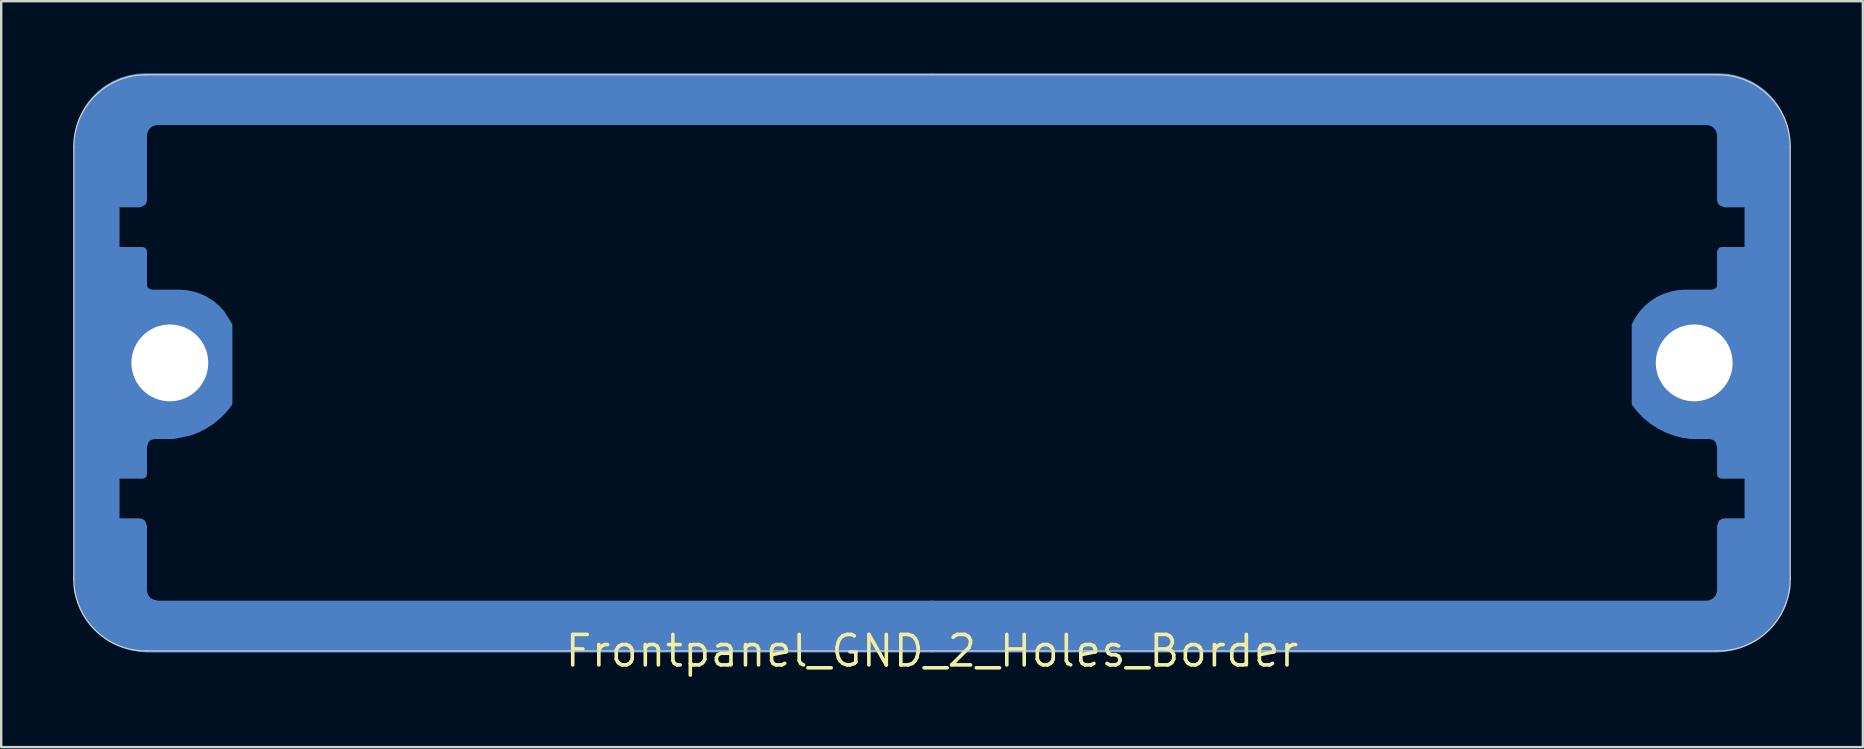
<source format=kicad_pcb>
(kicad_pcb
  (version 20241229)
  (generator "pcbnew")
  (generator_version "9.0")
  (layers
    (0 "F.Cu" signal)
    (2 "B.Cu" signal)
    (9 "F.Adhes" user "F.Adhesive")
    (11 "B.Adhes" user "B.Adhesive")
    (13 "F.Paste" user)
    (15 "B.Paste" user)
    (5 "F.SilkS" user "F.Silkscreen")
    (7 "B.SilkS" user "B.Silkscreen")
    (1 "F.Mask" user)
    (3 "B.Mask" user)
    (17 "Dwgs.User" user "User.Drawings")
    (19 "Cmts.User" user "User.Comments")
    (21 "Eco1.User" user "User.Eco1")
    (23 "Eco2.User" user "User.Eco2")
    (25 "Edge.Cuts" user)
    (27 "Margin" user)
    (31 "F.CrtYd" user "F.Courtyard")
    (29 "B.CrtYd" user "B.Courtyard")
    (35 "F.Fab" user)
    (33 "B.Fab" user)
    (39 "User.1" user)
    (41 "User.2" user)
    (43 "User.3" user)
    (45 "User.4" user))
  (footprint "Frontpanel_GND_2_Holes_Border"
    (layer "F.Cu")
    (at 35.775 24.067)
    (property "Reference" "Frontpanel_GND_2_Holes_Border" (at 0 0 0) (layer "F.SilkS") (effects (font (size 1.27 1.27) (thickness 0.15))))
    (fp_poly (pts (xy 0.064 -21.907) (xy -32.254 -21.907) (xy -32.373 -21.892) (xy -32.48 -21.847) (xy -32.572 -21.777) (xy -32.642 -21.685) (xy -32.687 -21.578) (xy -32.703 -21.459) (xy -32.703 -18.79) (xy -32.726 -18.674) (xy -32.798 -18.565) (xy -33.007 -18.479) (xy -33.846 -18.479) (xy -33.846 -16.828) (xy -32.885 -16.828) (xy -32.797 -16.804) (xy -32.726 -16.733) (xy -32.703 -16.645) (xy -32.703 -15.246) (xy -32.687 -15.168) (xy -32.65 -15.112) (xy -32.499 -15.05) (xy -31.367 -15.05) (xy -31.06 -15.03) (xy -30.755 -14.971) (xy -30.461 -14.874) (xy -30.181 -14.74) (xy -29.921 -14.571) (xy -29.685 -14.371) (xy -29.474 -14.141) (xy -29.146 -13.607) (xy -29.146 -10.265) (xy -29.384 -9.962) (xy -29.64 -9.699) (xy -29.923 -9.467) (xy -30.23 -9.266) (xy -30.556 -9.1) (xy -30.901 -8.97) (xy -31.617 -8.826) (xy -32.38 -8.826) (xy -32.483 -8.81) (xy -32.571 -8.765) (xy -32.638 -8.699) (xy -32.703 -8.499) (xy -32.703 -7.358) (xy -32.726 -7.27) (xy -32.797 -7.199) (xy -32.885 -7.176) (xy -33.846 -7.176) (xy -33.846 -5.524) (xy -33.014 -5.524) (xy -32.898 -5.501) (xy -32.789 -5.429) (xy -32.703 -5.22) (xy -32.703 -2.544) (xy -32.687 -2.425) (xy -32.642 -2.318) (xy -32.572 -2.226) (xy -32.483 -2.158) (xy -32.25 -2.095) (xy 0.064 -2.095) (xy 0.064 0.064) (xy -32.703 0.064) (xy -32.703 0.06) (xy -33.004 0.042) (xy -33.365 -0.021) (xy -33.716 -0.125) (xy -34.052 -0.27) (xy -34.369 -0.452) (xy -34.664 -0.669) (xy -34.931 -0.92) (xy -35.167 -1.199) (xy -35.37 -1.504) (xy -35.536 -1.831) (xy -35.751 -2.53) (xy -35.751 -21.084) (xy -35.729 -21.442) (xy -35.664 -21.796) (xy -35.557 -22.14) (xy -35.409 -22.469) (xy -35.222 -22.777) (xy -35 -23.061) (xy -34.745 -23.316) (xy -34.461 -23.538) (xy -34.153 -23.725) (xy -33.824 -23.873) (xy -33.48 -23.98) (xy -33.126 -24.045) (xy -32.768 -24.067) (xy 0.064 -24.067)) (stroke (width 0) (type default)) (fill yes) (layer "B.Cu"))
    (fp_poly (pts (xy 33.126 -24.045) (xy 33.48 -23.98) (xy 33.824 -23.873) (xy 34.153 -23.725) (xy 34.461 -23.538) (xy 34.745 -23.316) (xy 35 -23.061) (xy 35.222 -22.777) (xy 35.409 -22.469) (xy 35.557 -22.14) (xy 35.664 -21.796) (xy 35.729 -21.442) (xy 35.751 -21.084) (xy 35.751 -2.53) (xy 35.536 -1.831) (xy 35.37 -1.504) (xy 35.167 -1.199) (xy 34.931 -0.92) (xy 34.664 -0.669) (xy 34.369 -0.452) (xy 34.052 -0.27) (xy 33.716 -0.125) (xy 33.365 -0.021) (xy 33.004 0.042) (xy 32.703 0.06) (xy 32.703 0.064) (xy -0.064 0.064) (xy -0.064 -2.095) (xy 32.254 -2.095) (xy 32.373 -2.111) (xy 32.48 -2.156) (xy 32.572 -2.226) (xy 32.642 -2.318) (xy 32.687 -2.425) (xy 32.703 -2.544) (xy 32.703 -5.22) (xy 32.789 -5.429) (xy 32.898 -5.501) (xy 33.014 -5.524) (xy 33.846 -5.524) (xy 33.846 -7.176) (xy 32.885 -7.176) (xy 32.797 -7.199) (xy 32.726 -7.27) (xy 32.703 -7.358) (xy 32.703 -8.499) (xy 32.638 -8.699) (xy 32.571 -8.765) (xy 32.483 -8.81) (xy 32.38 -8.826) (xy 31.618 -8.826) (xy 31.255 -8.879) (xy 30.899 -8.97) (xy 30.556 -9.1) (xy 30.23 -9.266) (xy 29.923 -9.467) (xy 29.64 -9.699) (xy 29.384 -9.962) (xy 29.146 -10.265) (xy 29.146 -13.605) (xy 29.297 -13.889) (xy 29.475 -14.143) (xy 29.685 -14.371) (xy 29.921 -14.571) (xy 30.181 -14.74) (xy 30.461 -14.874) (xy 30.755 -14.971) (xy 31.06 -15.03) (xy 31.367 -15.05) (xy 32.499 -15.05) (xy 32.65 -15.112) (xy 32.687 -15.168) (xy 32.703 -15.246) (xy 32.703 -16.654) (xy 32.788 -16.802) (xy 32.885 -16.828) (xy 33.846 -16.828) (xy 33.846 -18.479) (xy 33.007 -18.479) (xy 32.798 -18.565) (xy 32.726 -18.674) (xy 32.703 -18.79) (xy 32.703 -21.459) (xy 32.687 -21.578) (xy 32.642 -21.685) (xy 32.572 -21.777) (xy 32.48 -21.847) (xy 32.373 -21.892) (xy 32.254 -21.907) (xy -0.064 -21.907) (xy -0.064 -24.067) (xy 32.768 -24.067)) (stroke (width 0) (type default)) (fill yes) (layer "B.Cu"))
    (fp_poly (pts (xy 0.064 -21.907) (xy -32.254 -21.907) (xy -32.373 -21.892) (xy -32.48 -21.847) (xy -32.572 -21.777) (xy -32.642 -21.685) (xy -32.687 -21.578) (xy -32.703 -21.459) (xy -32.703 -18.79) (xy -32.726 -18.674) (xy -32.798 -18.565) (xy -33.007 -18.479) (xy -33.846 -18.479) (xy -33.846 -16.828) (xy -32.885 -16.828) (xy -32.797 -16.804) (xy -32.726 -16.733) (xy -32.703 -16.645) (xy -32.703 -15.246) (xy -32.687 -15.168) (xy -32.65 -15.112) (xy -32.499 -15.05) (xy -31.367 -15.05) (xy -31.06 -15.03) (xy -30.755 -14.971) (xy -30.461 -14.874) (xy -30.181 -14.74) (xy -29.921 -14.571) (xy -29.685 -14.371) (xy -29.474 -14.141) (xy -29.146 -13.607) (xy -29.146 -10.265) (xy -29.384 -9.962) (xy -29.64 -9.699) (xy -29.923 -9.467) (xy -30.23 -9.266) (xy -30.556 -9.1) (xy -30.901 -8.97) (xy -31.617 -8.826) (xy -32.38 -8.826) (xy -32.483 -8.81) (xy -32.571 -8.765) (xy -32.638 -8.699) (xy -32.703 -8.499) (xy -32.703 -7.303) (xy 0.064 -7.303) (xy 0.064 -5.397) (xy -32.776 -5.397) (xy -32.703 -5.22) (xy -32.703 -2.544) (xy -32.687 -2.425) (xy -32.642 -2.318) (xy -32.572 -2.226) (xy -32.483 -2.158) (xy -32.25 -2.095) (xy 0.064 -2.095) (xy 0.064 0.064) (xy -32.703 0.064) (xy -32.703 0.06) (xy -33.004 0.042) (xy -33.365 -0.021) (xy -33.716 -0.125) (xy -34.052 -0.27) (xy -34.369 -0.452) (xy -34.664 -0.669) (xy -34.931 -0.92) (xy -35.167 -1.199) (xy -35.37 -1.504) (xy -35.536 -1.831) (xy -35.751 -2.53) (xy -35.751 -21.084) (xy -35.729 -21.442) (xy -35.664 -21.796) (xy -35.557 -22.14) (xy -35.409 -22.469) (xy -35.222 -22.777) (xy -35 -23.061) (xy -34.745 -23.316) (xy -34.461 -23.538) (xy -34.153 -23.725) (xy -33.824 -23.873) (xy -33.48 -23.98) (xy -33.126 -24.045) (xy -32.768 -24.067) (xy 0.064 -24.067)) (stroke (width 0) (type default)) (fill yes) (layer "B.Mask"))
    (fp_poly (pts (xy 33.126 -24.045) (xy 33.48 -23.98) (xy 33.824 -23.873) (xy 34.153 -23.725) (xy 34.461 -23.538) (xy 34.745 -23.316) (xy 35 -23.061) (xy 35.222 -22.777) (xy 35.409 -22.469) (xy 35.557 -22.14) (xy 35.664 -21.796) (xy 35.729 -21.442) (xy 35.751 -21.084) (xy 35.751 -2.53) (xy 35.536 -1.831) (xy 35.37 -1.504) (xy 35.167 -1.199) (xy 34.931 -0.92) (xy 34.664 -0.669) (xy 34.369 -0.452) (xy 34.052 -0.27) (xy 33.716 -0.125) (xy 33.365 -0.021) (xy 33.004 0.042) (xy 32.703 0.06) (xy 32.703 0.064) (xy -0.064 0.064) (xy -0.064 -2.095) (xy 32.254 -2.095) (xy 32.373 -2.111) (xy 32.48 -2.156) (xy 32.572 -2.226) (xy 32.642 -2.318) (xy 32.687 -2.425) (xy 32.703 -2.544) (xy 32.703 -5.22) (xy 32.776 -5.397) (xy -0.064 -5.397) (xy -0.064 -7.303) (xy 32.717 -7.303) (xy 32.703 -7.358) (xy 32.703 -8.499) (xy 32.638 -8.699) (xy 32.571 -8.765) (xy 32.483 -8.81) (xy 32.38 -8.826) (xy 31.618 -8.826) (xy 31.255 -8.879) (xy 30.899 -8.97) (xy 30.556 -9.1) (xy 30.23 -9.266) (xy 29.923 -9.467) (xy 29.64 -9.699) (xy 29.384 -9.962) (xy 29.146 -10.265) (xy 29.146 -13.605) (xy 29.297 -13.889) (xy 29.475 -14.143) (xy 29.685 -14.371) (xy 29.921 -14.571) (xy 30.181 -14.74) (xy 30.461 -14.874) (xy 30.755 -14.971) (xy 31.06 -15.03) (xy 31.367 -15.05) (xy 32.499 -15.05) (xy 32.65 -15.112) (xy 32.687 -15.168) (xy 32.703 -15.246) (xy 32.703 -16.654) (xy 32.788 -16.802) (xy 32.885 -16.828) (xy 33.846 -16.828) (xy 33.846 -18.479) (xy 33.007 -18.479) (xy 32.798 -18.565) (xy 32.726 -18.674) (xy 32.703 -18.79) (xy 32.703 -21.459) (xy 32.687 -21.578) (xy 32.642 -21.685) (xy 32.572 -21.777) (xy 32.48 -21.847) (xy 32.373 -21.892) (xy 32.254 -21.907) (xy -0.064 -21.907) (xy -0.064 -24.067) (xy 32.768 -24.067)) (stroke (width 0) (type default)) (fill yes) (layer "B.Mask"))
    (fp_line (start -35.752 -17.215) (end -35.752 -21) (stroke (width 0.001) (type solid)) (layer "Cmts.User"))
    (fp_line (start -35.75 -12.84) (end -35.75 -14.197) (stroke (width 0.001) (type solid)) (layer "Cmts.User"))
    (fp_line (start -35.75 -9.84) (end -35.75 -11.34) (stroke (width 0.001) (type solid)) (layer "Cmts.User"))
    (fp_line (start -35.749 -3) (end -35.75 -6.829) (stroke (width 0.001) (type solid)) (layer "Cmts.User"))
    (fp_line (start -35.691 -14.339) (end -35.089 -14.941) (stroke (width 0.001) (type solid)) (layer "Cmts.User"))
    (fp_line (start -35.679 -11.492) (end -35.065 -12.014) (stroke (width 0.001) (type solid)) (layer "Cmts.User"))
    (fp_line (start -35.679 -8.492) (end -35.065 -9.014) (stroke (width 0.001) (type solid)) (layer "Cmts.User"))
    (fp_line (start -35.679 -6.992) (end -35.065 -7.514) (stroke (width 0.001) (type solid)) (layer "Cmts.User"))
    (fp_line (start -35.675 -15.853) (end -35.072 -16.321) (stroke (width 0.001) (type solid)) (layer "Cmts.User"))
    (fp_line (start -35.089 -15.047) (end -35.683 -15.543) (stroke (width 0.001) (type solid)) (layer "Cmts.User"))
    (fp_line (start -35.065 -12.166) (end -35.679 -12.688) (stroke (width 0.001) (type solid)) (layer "Cmts.User"))
    (fp_line (start -35.065 -9.166) (end -35.679 -9.688) (stroke (width 0.001) (type solid)) (layer "Cmts.User"))
    (fp_line (start -35.065 -7.666) (end -35.679 -8.188) (stroke (width 0.001) (type solid)) (layer "Cmts.User"))
    (fp_line (start -35.065 -16.473) (end -35.689 -17.053) (stroke (width 0.001) (type solid)) (layer "Cmts.User"))
    (fp_line (start -34.947 -15) (end -34.96 -15) (stroke (width 0.001) (type solid)) (layer "Cmts.User"))
    (fp_line (start -34.947 -15) (end -34.15 -15) (stroke (width 0.001) (type solid)) (layer "Cmts.User"))
    (fp_line (start -34.44 -13.697) (end -33.574 -13.197) (stroke (width 0.001) (type solid)) (layer "Cmts.User"))
    (fp_line (start -34.339 -14.072) (end -33.89 -14.85) (stroke (width 0.001) (type solid)) (layer "Cmts.User"))
    (fp_line (start -33.977 -15) (end -34.15 -15) (stroke (width 0.001) (type solid)) (layer "Cmts.User"))
    (fp_line (start -33.977 -14.7) (end -34.477 -13.834) (stroke (width 0.001) (type solid)) (layer "Cmts.User"))
    (fp_line (start -33.933 -13.607) (end -34.266 -13.799) (stroke (width 0.001) (type solid)) (layer "Cmts.User"))
    (fp_line (start -33.9 -18.58) (end -33.9 -16.78) (stroke (width 0.001) (type solid)) (layer "Cmts.User"))
    (fp_line (start -33.9 -16.78) (end -32.953 -16.78) (stroke (width 0.001) (type solid)) (layer "Cmts.User"))
    (fp_line (start -33.9 -7.22) (end -33.9 -5.42) (stroke (width 0.001) (type solid)) (layer "Cmts.User"))
    (fp_line (start -33.9 -5.42) (end -32.95 -5.42) (stroke (width 0.001) (type solid)) (layer "Cmts.User"))
    (fp_line (start -33.746 -13.499) (end -33.933 -13.607) (stroke (width 0.001) (type solid)) (layer "Cmts.User"))
    (fp_line (start -33.438 -13.234) (end -32.499 -14.86) (stroke (width 0.001) (type solid)) (layer "Cmts.User"))
    (fp_line (start -32.95 -18.58) (end -33.9 -18.58) (stroke (width 0.001) (type solid)) (layer "Cmts.User"))
    (fp_line (start -32.95 -7.22) (end -33.9 -7.22) (stroke (width 0.001) (type solid)) (layer "Cmts.User"))
    (fp_line (start -32.78 -14.773) (end -33.473 -13.572) (stroke (width 0.001) (type solid)) (layer "Cmts.User"))
    (fp_line (start -32.753 -16.58) (end -32.753 -14.873) (stroke (width 0.001) (type solid)) (layer "Cmts.User"))
    (fp_line (start -32.752 -24) (end -32.751 -24) (stroke (width 0.001) (type solid)) (layer "Cmts.User"))
    (fp_line (start -32.75 -21.48) (end -32.75 -18.78) (stroke (width 0.001) (type solid)) (layer "Cmts.User"))
    (fp_line (start -32.75 -8.795) (end -32.75 -7.42) (stroke (width 0.001) (type solid)) (layer "Cmts.User"))
    (fp_line (start -32.75 -5.22) (end -32.75 -2.52) (stroke (width 0.001) (type solid)) (layer "Cmts.User"))
    (fp_line (start -32.599 -23.929) (end -32.079 -23.315) (stroke (width 0.001) (type solid)) (layer "Cmts.User"))
    (fp_line (start -32.25 -2.02) (end 32.25 -2.02) (stroke (width 0.001) (type solid)) (layer "Cmts.User"))
    (fp_line (start -32.096 -15) (end -31.404 -15) (stroke (width 0.001) (type solid)) (layer "Cmts.User"))
    (fp_line (start -32.076 -0.685) (end -32.596 -0.071) (stroke (width 0.001) (type solid)) (layer "Cmts.User"))
    (fp_line (start -31.924 -23.315) (end -31.414 -23.914) (stroke (width 0.001) (type solid)) (layer "Cmts.User"))
    (fp_line (start -31.402 -0.071) (end -31.924 -0.685) (stroke (width 0.001) (type solid)) (layer "Cmts.User"))
    (fp_line (start -31.098 -23.929) (end -30.576 -23.315) (stroke (width 0.001) (type solid)) (layer "Cmts.User"))
    (fp_line (start -30.576 -0.685) (end -31.098 -0.071) (stroke (width 0.001) (type solid)) (layer "Cmts.User"))
    (fp_line (start -30.424 -23.315) (end -29.902 -23.929) (stroke (width 0.001) (type solid)) (layer "Cmts.User"))
    (fp_line (start -30.099 -11.02) (end -29.45 -11.02) (stroke (width 0.001) (type solid)) (layer "Cmts.User"))
    (fp_line (start -29.902 -0.071) (end -30.424 -0.685) (stroke (width 0.001) (type solid)) (layer "Cmts.User"))
    (fp_line (start -29.591 -23.922) (end -29.129 -23.319) (stroke (width 0.001) (type solid)) (layer "Cmts.User"))
    (fp_line (start -29.45 -13.02) (end -30.099 -13.02) (stroke (width 0.001) (type solid)) (layer "Cmts.User"))
    (fp_line (start -29.25 -13.617) (end -29.25 -13.22) (stroke (width 0.001) (type solid)) (layer "Cmts.User"))
    (fp_line (start -29.25 -10.82) (end -29.25 -10.423) (stroke (width 0.001) (type solid)) (layer "Cmts.User"))
    (fp_line (start -29.129 -0.681) (end -29.591 -0.078) (stroke (width 0.001) (type solid)) (layer "Cmts.User"))
    (fp_line (start -29.05 -23.28) (end 29.05 -23.28) (stroke (width 0.001) (type solid)) (layer "Cmts.User"))
    (fp_line (start 29.05 -0.72) (end -29.05 -0.72) (stroke (width 0.001) (type solid)) (layer "Cmts.User"))
    (fp_line (start 29.129 -23.319) (end 29.591 -23.922) (stroke (width 0.001) (type solid)) (layer "Cmts.User"))
    (fp_line (start 29.25 -13.18) (end 29.25 -13.577) (stroke (width 0.001) (type solid)) (layer "Cmts.User"))
    (fp_line (start 29.25 -10.383) (end 29.25 -10.78) (stroke (width 0.001) (type solid)) (layer "Cmts.User"))
    (fp_line (start 29.45 -10.98) (end 30.099 -10.98) (stroke (width 0.001) (type solid)) (layer "Cmts.User"))
    (fp_line (start 29.591 -0.078) (end 29.129 -0.681) (stroke (width 0.001) (type solid)) (layer "Cmts.User"))
    (fp_line (start 29.902 -23.929) (end 30.424 -23.315) (stroke (width 0.001) (type solid)) (layer "Cmts.User"))
    (fp_line (start 30.099 -12.98) (end 29.45 -12.98) (stroke (width 0.001) (type solid)) (layer "Cmts.User"))
    (fp_line (start 30.424 -0.685) (end 29.902 -0.071) (stroke (width 0.001) (type solid)) (layer "Cmts.User"))
    (fp_line (start 30.576 -23.315) (end 31.098 -23.929) (stroke (width 0.001) (type solid)) (layer "Cmts.User"))
    (fp_line (start 31.098 -0.071) (end 30.576 -0.685) (stroke (width 0.001) (type solid)) (layer "Cmts.User"))
    (fp_line (start 31.402 -23.929) (end 31.924 -23.315) (stroke (width 0.001) (type solid)) (layer "Cmts.User"))
    (fp_line (start 31.924 -0.685) (end 31.414 -0.086) (stroke (width 0.001) (type solid)) (layer "Cmts.User"))
    (fp_line (start 32.076 -23.315) (end 32.596 -23.929) (stroke (width 0.001) (type solid)) (layer "Cmts.User"))
    (fp_line (start 32.096 -9) (end 31.404 -9) (stroke (width 0.001) (type solid)) (layer "Cmts.User"))
    (fp_line (start 32.25 -21.98) (end -32.25 -21.98) (stroke (width 0.001) (type solid)) (layer "Cmts.User"))
    (fp_line (start 32.599 -0.071) (end 32.079 -0.685) (stroke (width 0.001) (type solid)) (layer "Cmts.User"))
    (fp_line (start 32.75 -18.78) (end 32.75 -21.48) (stroke (width 0.001) (type solid)) (layer "Cmts.User"))
    (fp_line (start 32.75 -15.205) (end 32.75 -16.58) (stroke (width 0.001) (type solid)) (layer "Cmts.User"))
    (fp_line (start 32.75 -2.52) (end 32.75 -5.22) (stroke (width 0.001) (type solid)) (layer "Cmts.User"))
    (fp_line (start 32.752 -0.000006) (end 32.751 -0.000006) (stroke (width 0.001) (type solid)) (layer "Cmts.User"))
    (fp_line (start 32.753 -7.42) (end 32.753 -9.127) (stroke (width 0.001) (type solid)) (layer "Cmts.User"))
    (fp_line (start 32.78 -9.227) (end 33.473 -10.428) (stroke (width 0.001) (type solid)) (layer "Cmts.User"))
    (fp_line (start 32.95 -16.78) (end 33.9 -16.78) (stroke (width 0.001) (type solid)) (layer "Cmts.User"))
    (fp_line (start 32.95 -5.42) (end 33.9 -5.42) (stroke (width 0.001) (type solid)) (layer "Cmts.User"))
    (fp_line (start 33.438 -10.766) (end 32.499 -9.14) (stroke (width 0.001) (type solid)) (layer "Cmts.User"))
    (fp_line (start 33.746 -10.501) (end 33.933 -10.393) (stroke (width 0.001) (type solid)) (layer "Cmts.User"))
    (fp_line (start 33.9 -18.58) (end 32.95 -18.58) (stroke (width 0.001) (type solid)) (layer "Cmts.User"))
    (fp_line (start 33.9 -16.78) (end 33.9 -18.58) (stroke (width 0.001) (type solid)) (layer "Cmts.User"))
    (fp_line (start 33.9 -7.22) (end 32.953 -7.22) (stroke (width 0.001) (type solid)) (layer "Cmts.User"))
    (fp_line (start 33.9 -5.42) (end 33.9 -7.22) (stroke (width 0.001) (type solid)) (layer "Cmts.User"))
    (fp_line (start 33.933 -10.393) (end 34.266 -10.201) (stroke (width 0.001) (type solid)) (layer "Cmts.User"))
    (fp_line (start 33.977 -9.3) (end 34.477 -10.166) (stroke (width 0.001) (type solid)) (layer "Cmts.User"))
    (fp_line (start 33.977 -9) (end 34.96 -9) (stroke (width 0.001) (type solid)) (layer "Cmts.User"))
    (fp_line (start 34.339 -9.928) (end 33.89 -9.15) (stroke (width 0.001) (type solid)) (layer "Cmts.User"))
    (fp_line (start 34.44 -10.303) (end 33.574 -10.803) (stroke (width 0.001) (type solid)) (layer "Cmts.User"))
    (fp_line (start 34.947 -9) (end 34.15 -9) (stroke (width 0.001) (type solid)) (layer "Cmts.User"))
    (fp_line (start 35.065 -7.527) (end 35.689 -6.947) (stroke (width 0.001) (type solid)) (layer "Cmts.User"))
    (fp_line (start 35.065 -16.334) (end 35.679 -15.812) (stroke (width 0.001) (type solid)) (layer "Cmts.User"))
    (fp_line (start 35.065 -14.834) (end 35.679 -14.312) (stroke (width 0.001) (type solid)) (layer "Cmts.User"))
    (fp_line (start 35.065 -11.834) (end 35.679 -11.312) (stroke (width 0.001) (type solid)) (layer "Cmts.User"))
    (fp_line (start 35.089 -8.953) (end 35.683 -8.457) (stroke (width 0.001) (type solid)) (layer "Cmts.User"))
    (fp_line (start 35.675 -8.147) (end 35.072 -7.679) (stroke (width 0.001) (type solid)) (layer "Cmts.User"))
    (fp_line (start 35.679 -17.008) (end 35.065 -16.486) (stroke (width 0.001) (type solid)) (layer "Cmts.User"))
    (fp_line (start 35.679 -15.508) (end 35.065 -14.986) (stroke (width 0.001) (type solid)) (layer "Cmts.User"))
    (fp_line (start 35.679 -12.508) (end 35.065 -11.986) (stroke (width 0.001) (type solid)) (layer "Cmts.User"))
    (fp_line (start 35.691 -9.661) (end 35.089 -9.059) (stroke (width 0.001) (type solid)) (layer "Cmts.User"))
    (fp_line (start 35.749 -21) (end 35.75 -17.171) (stroke (width 0.001) (type solid)) (layer "Cmts.User"))
    (fp_line (start 35.75 -14.16) (end 35.75 -12.66) (stroke (width 0.001) (type solid)) (layer "Cmts.User"))
    (fp_line (start 35.75 -11.16) (end 35.75 -9.803) (stroke (width 0.001) (type solid)) (layer "Cmts.User"))
    (fp_line (start 35.752 -6.785) (end 35.752 -3) (stroke (width 0.001) (type solid)) (layer "Cmts.User"))
    (fp_arc (start -35.752381 -20.999996) (mid -34.873527 -23.121497) (end -32.751879 -23.999996) (stroke (width 0.001) (type solid)) (layer "Cmts.User"))
    (fp_arc (start -35.75 -14.197156) (mid -35.734774 -14.273692) (end -35.691418 -14.338575) (stroke (width 0.001) (type solid)) (layer "Cmts.User"))
    (fp_arc (start -35.75 -11.339996) (mid -35.731506 -11.423999) (end -35.67944 -11.492466) (stroke (width 0.001) (type solid)) (layer "Cmts.User"))
    (fp_arc (start -35.749668 -6.828575) (mid -35.733831 -6.91878) (end -35.67944 -6.992465) (stroke (width 0.001) (type solid)) (layer "Cmts.User"))
    (fp_arc (start -35.68905 -17.053015) (mid -35.739137 -17.126547) (end -35.752381 -17.214525) (stroke (width 0.001) (type solid)) (layer "Cmts.User"))
    (fp_arc (start -35.68254 -15.542675) (mid -35.752891 -15.699569) (end -35.675449 -15.853087) (stroke (width 0.001) (type solid)) (layer "Cmts.User"))
    (fp_arc (start -35.67944 -12.687537) (mid -35.731504 -12.755998) (end -35.75 -12.839996) (stroke (width 0.001) (type solid)) (layer "Cmts.User"))
    (fp_arc (start -35.67944 -9.687537) (mid -35.731504 -9.755998) (end -35.75 -9.839996) (stroke (width 0.001) (type solid)) (layer "Cmts.User"))
    (fp_arc (start -35.67944 -8.187537) (mid -35.750001 -8.340002) (end -35.679439 -8.492466) (stroke (width 0.001) (type solid)) (layer "Cmts.User"))
    (fp_arc (start -35.088581 -14.941425) (mid -35.023695 -14.984776) (end -34.947159 -14.999996) (stroke (width 0.001) (type solid)) (layer "Cmts.User"))
    (fp_arc (start -35.065389 -12.166237) (mid -35.030107 -12.090001) (end -35.06539 -12.013765) (stroke (width 0.001) (type solid)) (layer "Cmts.User"))
    (fp_arc (start -35.065389 -9.166237) (mid -35.030107 -9.090001) (end -35.06539 -9.013765) (stroke (width 0.001) (type solid)) (layer "Cmts.User"))
    (fp_arc (start -35.065389 -7.666237) (mid -35.030107 -7.590001) (end -35.06539 -7.513765) (stroke (width 0.001) (type solid)) (layer "Cmts.User"))
    (fp_arc (start -35.06489 -16.473265) (mid -35.033045 -16.395537) (end -35.07169 -16.320956) (stroke (width 0.001) (type solid)) (layer "Cmts.User"))
    (fp_arc (start -34.96039 -14.999996) (mid -35.028593 -15.011985) (end -35.088618 -15.046515) (stroke (width 0.001) (type solid)) (layer "Cmts.User"))
    (fp_arc (start -34.44019 -13.697375) (mid -34.486781 -13.758095) (end -34.47679 -13.833975) (stroke (width 0.001) (type solid)) (layer "Cmts.User"))
    (fp_arc (start -34.26609 -13.798915) (mid -34.359279 -13.920358) (end -34.3393 -14.072125) (stroke (width 0.001) (type solid)) (layer "Cmts.User"))
    (fp_arc (start -34.15 -14.999996) (mid -33.976792 -14.899998) (end -33.976789 -14.699996) (stroke (width 0.001) (type solid)) (layer "Cmts.User"))
    (fp_arc (start -33.97679 -14.999995) (mid -33.890189 -14.949995) (end -33.89019 -14.849996) (stroke (width 0.001) (type solid)) (layer "Cmts.User"))
    (fp_arc (start -33.473268 -13.572125) (mid -33.594712 -13.478935) (end -33.746481 -13.498914) (stroke (width 0.001) (type solid)) (layer "Cmts.User"))
    (fp_arc (start -33.437559 -13.233975) (mid -33.498279 -13.187384) (end -33.574159 -13.197375) (stroke (width 0.001) (type solid)) (layer "Cmts.User"))
    (fp_arc (start -32.95294 -16.779996) (mid -32.811519 -16.721417) (end -32.75294 -16.579996) (stroke (width 0.001) (type solid)) (layer "Cmts.User"))
    (fp_arc (start -32.95 -5.419996) (mid -32.808579 -5.361417) (end -32.75 -5.219996) (stroke (width 0.001) (type solid)) (layer "Cmts.User"))
    (fp_arc (start -32.915 -12.596865) (mid -32.66923 -12.939231) (end -32.326859 -13.184996) (stroke (width 0.001) (type solid)) (layer "Cmts.User"))
    (fp_arc (start -32.914999 -11.443137) (mid -33.350013 -12.020001) (end -32.915 -12.596865) (stroke (width 0.001) (type solid)) (layer "Cmts.User"))
    (fp_arc (start -32.75294 -14.873365) (mid -32.759757 -14.821601) (end -32.77974 -14.773365) (stroke (width 0.001) (type solid)) (layer "Cmts.User"))
    (fp_arc (start -32.751109 -23.999996) (mid -32.667358 -23.981325) (end -32.59914 -23.929275) (stroke (width 0.001) (type solid)) (layer "Cmts.User"))
    (fp_arc (start -32.75 -21.480006) (mid -32.603553 -21.833559) (end -32.25 -21.980006) (stroke (width 0.001) (type solid)) (layer "Cmts.User"))
    (fp_arc (start -32.75 -18.780006) (mid -32.808579 -18.638585) (end -32.95 -18.580006) (stroke (width 0.001) (type solid)) (layer "Cmts.User"))
    (fp_arc (start -32.75 -7.419996) (mid -32.808579 -7.278575) (end -32.95 -7.219996) (stroke (width 0.001) (type solid)) (layer "Cmts.User"))
    (fp_arc (start -32.749999 -8.795096) (mid -32.638293 -9.028648) (end -32.386359 -9.088265) (stroke (width 0.001) (type solid)) (layer "Cmts.User"))
    (fp_arc (start -32.74894 0.000003) (mid -34.870587 -0.878496) (end -35.74944 -2.999997) (stroke (width 0.001) (type solid)) (layer "Cmts.User"))
    (fp_arc (start -32.596368 -0.070725) (mid -32.664859 -0.018547) (end -32.74894 0.000002) (stroke (width 0.001) (type solid)) (layer "Cmts.User"))
    (fp_arc (start -32.49864 -14.860237) (mid -32.442794 -14.922183) (end -32.366539 -14.955965) (stroke (width 0.001) (type solid)) (layer "Cmts.User"))
    (fp_arc (start -32.36654 -14.955965) (mid -32.231689 -14.981076) (end -32.095831 -14.999996) (stroke (width 0.001) (type solid)) (layer "Cmts.User"))
    (fp_arc (start -32.326859 -13.184995) (mid -31.749995 -13.620009) (end -31.173131 -13.184996) (stroke (width 0.001) (type solid)) (layer "Cmts.User"))
    (fp_arc (start -32.326859 -10.854996) (mid -32.66923 -11.100766) (end -32.915 -11.443137) (stroke (width 0.001) (type solid)) (layer "Cmts.User"))
    (fp_arc (start -32.25 -2.019996) (mid -32.603553 -2.166443) (end -32.75 -2.519996) (stroke (width 0.001) (type solid)) (layer "Cmts.User"))
    (fp_arc (start -32.076231 -0.684724) (mid -31.999993 -0.720002) (end -31.923759 -0.684715) (stroke (width 0.001) (type solid)) (layer "Cmts.User"))
    (fp_arc (start -31.923831 -23.315206) (mid -32.001487 -23.278338) (end -32.079068 -23.315365) (stroke (width 0.001) (type solid)) (layer "Cmts.User"))
    (fp_arc (start -31.414081 -23.914356) (mid -31.259507 -23.999775) (end -31.097517 -23.929425) (stroke (width 0.001) (type solid)) (layer "Cmts.User"))
    (fp_arc (start -31.404168 -14.999996) (mid -30.208299 -14.593561) (end -29.285709 -13.730937) (stroke (width 0.001) (type solid)) (layer "Cmts.User"))
    (fp_arc (start -31.173131 -13.184996) (mid -30.991003 -13.07543) (end -30.829168 -12.937646) (stroke (width 0.001) (type solid)) (layer "Cmts.User"))
    (fp_arc (start -31.173131 -10.854995) (mid -31.749995 -10.419981) (end -32.326859 -10.854996) (stroke (width 0.001) (type solid)) (layer "Cmts.User"))
    (fp_arc (start -31.097518 -0.070575) (mid -31.249999 0.000003) (end -31.402481 -0.070574) (stroke (width 0.001) (type solid)) (layer "Cmts.User"))
    (fp_arc (start -30.829168 -11.102356) (mid -30.991003 -10.964567) (end -31.173131 -10.854996) (stroke (width 0.001) (type solid)) (layer "Cmts.User"))
    (fp_arc (start -30.829168 -11.102356) (mid -30.535051 -11.219856) (end -30.247699 -11.086665) (stroke (width 0.001) (type solid)) (layer "Cmts.User"))
    (fp_arc (start -30.576241 -0.684715) (mid -30.5 -0.720004) (end -30.423759 -0.684715) (stroke (width 0.001) (type solid)) (layer "Cmts.User"))
    (fp_arc (start -30.42376 -23.315286) (mid -30.5 -23.279998) (end -30.57624 -23.315287) (stroke (width 0.001) (type solid)) (layer "Cmts.User"))
    (fp_arc (start -30.2477 -12.953337) (mid -30.535052 -12.820147) (end -30.829168 -12.937647) (stroke (width 0.001) (type solid)) (layer "Cmts.User"))
    (fp_arc (start -30.2477 -12.953337) (mid -30.180272 -13.002575) (end -30.098618 -13.019996) (stroke (width 0.001) (type solid)) (layer "Cmts.User"))
    (fp_arc (start -30.098618 -11.019996) (mid -30.180273 -11.037422) (end -30.2477 -11.086665) (stroke (width 0.001) (type solid)) (layer "Cmts.User"))
    (fp_arc (start -29.902481 -23.929425) (mid -29.745024 -23.999943) (end -29.591267 -23.921687) (stroke (width 0.001) (type solid)) (layer "Cmts.User"))
    (fp_arc (start -29.591268 -0.078315) (mid -29.745024 -0.000058) (end -29.90248 -0.070574) (stroke (width 0.001) (type solid)) (layer "Cmts.User"))
    (fp_arc (start -29.45 -11.019996) (mid -29.308579 -10.961417) (end -29.25 -10.819996) (stroke (width 0.001) (type solid)) (layer "Cmts.User"))
    (fp_arc (start -29.285709 -13.730937) (mid -29.259135 -13.676636) (end -29.25 -13.616875) (stroke (width 0.001) (type solid)) (layer "Cmts.User"))
    (fp_arc (start -29.285709 -10.309065) (mid -30.650958 -9.228601) (end -32.386358 -9.088265) (stroke (width 0.001) (type solid)) (layer "Cmts.User"))
    (fp_arc (start -29.25 -13.219996) (mid -29.308579 -13.078575) (end -29.45 -13.019996) (stroke (width 0.001) (type solid)) (layer "Cmts.User"))
    (fp_arc (start -29.25 -10.423125) (mid -29.259135 -10.363365) (end -29.285709 -10.309065) (stroke (width 0.001) (type solid)) (layer "Cmts.User"))
    (fp_arc (start -29.129359 -0.680846) (mid -29.094246 -0.709678) (end -29.05 -0.719996) (stroke (width 0.001) (type solid)) (layer "Cmts.User"))
    (fp_arc (start -29.050001 -23.280006) (mid -29.094247 -23.290324) (end -29.129359 -23.319156) (stroke (width 0.001) (type solid)) (layer "Cmts.User"))
    (fp_arc (start 29.05 -0.719996) (mid 29.094247 -0.709679) (end 29.129359 -0.680846) (stroke (width 0.001) (type solid)) (layer "Cmts.User"))
    (fp_arc (start 29.129358 -23.319155) (mid 29.094246 -23.290323) (end 29.05 -23.280006) (stroke (width 0.001) (type solid)) (layer "Cmts.User"))
    (fp_arc (start 29.25 -13.576875) (mid 29.25914 -13.636636) (end 29.285718 -13.690937) (stroke (width 0.001) (type solid)) (layer "Cmts.User"))
    (fp_arc (start 29.25 -10.780006) (mid 29.308579 -10.921427) (end 29.45 -10.980006) (stroke (width 0.001) (type solid)) (layer "Cmts.User"))
    (fp_arc (start 29.285718 -13.690937) (mid 30.650967 -14.771401) (end 32.386368 -14.911737) (stroke (width 0.001) (type solid)) (layer "Cmts.User"))
    (fp_arc (start 29.285718 -10.269065) (mid 29.25914 -10.323365) (end 29.25 -10.383125) (stroke (width 0.001) (type solid)) (layer "Cmts.User"))
    (fp_arc (start 29.45 -12.980006) (mid 29.308579 -13.038585) (end 29.25 -13.180006) (stroke (width 0.001) (type solid)) (layer "Cmts.User"))
    (fp_arc (start 29.591281 -23.921687) (mid 29.745032 -23.999939) (end 29.902481 -23.929423) (stroke (width 0.001) (type solid)) (layer "Cmts.User"))
    (fp_arc (start 29.902481 -0.070575) (mid 29.745031 -0.00006) (end 29.591281 -0.078314) (stroke (width 0.001) (type solid)) (layer "Cmts.User"))
    (fp_arc (start 30.098631 -12.980006) (mid 30.18028 -12.962579) (end 30.2477 -12.913337) (stroke (width 0.001) (type solid)) (layer "Cmts.User"))
    (fp_arc (start 30.2477 -11.046665) (mid 30.180279 -10.997428) (end 30.098631 -10.980006) (stroke (width 0.001) (type solid)) (layer "Cmts.User"))
    (fp_arc (start 30.2477 -11.046665) (mid 30.535052 -11.179855) (end 30.829168 -11.062355) (stroke (width 0.001) (type solid)) (layer "Cmts.User"))
    (fp_arc (start 30.423759 -0.684714) (mid 30.499999 -0.720003) (end 30.57624 -0.684715) (stroke (width 0.001) (type solid)) (layer "Cmts.User"))
    (fp_arc (start 30.57624 -23.315286) (mid 30.499999 -23.279998) (end 30.423759 -23.315287) (stroke (width 0.001) (type solid)) (layer "Cmts.User"))
    (fp_arc (start 30.829168 -12.897646) (mid 30.535051 -12.780146) (end 30.247699 -12.913337) (stroke (width 0.001) (type solid)) (layer "Cmts.User"))
    (fp_arc (start 30.829168 -12.897646) (mid 30.991007 -13.035436) (end 31.17314 -13.145006) (stroke (width 0.001) (type solid)) (layer "Cmts.User"))
    (fp_arc (start 31.097518 -23.929425) (mid 31.25 -24.000003) (end 31.402482 -23.929424) (stroke (width 0.001) (type solid)) (layer "Cmts.User"))
    (fp_arc (start 31.17314 -13.145005) (mid 31.750004 -13.580019) (end 32.326868 -13.145006) (stroke (width 0.001) (type solid)) (layer "Cmts.User"))
    (fp_arc (start 31.17314 -10.815006) (mid 30.991008 -10.924571) (end 30.829168 -11.062356) (stroke (width 0.001) (type solid)) (layer "Cmts.User"))
    (fp_arc (start 31.404168 -9.000006) (mid 30.208303 -9.406442) (end 29.285718 -10.269065) (stroke (width 0.001) (type solid)) (layer "Cmts.User"))
    (fp_arc (start 31.414081 -0.085646) (mid 31.259507 -0.000226) (end 31.097517 -0.070575) (stroke (width 0.001) (type solid)) (layer "Cmts.User"))
    (fp_arc (start 31.92384 -0.684797) (mid 32.001492 -0.721662) (end 32.079068 -0.684637) (stroke (width 0.001) (type solid)) (layer "Cmts.User"))
    (fp_arc (start 32.07623 -23.315275) (mid 31.999992 -23.279999) (end 31.923759 -23.315287) (stroke (width 0.001) (type solid)) (layer "Cmts.User"))
    (fp_arc (start 32.25 -21.980006) (mid 32.603553 -21.833559) (end 32.75 -21.480006) (stroke (width 0.001) (type solid)) (layer "Cmts.User"))
    (fp_arc (start 32.326868 -13.145006) (mid 32.669235 -12.899236) (end 32.915 -12.556865) (stroke (width 0.001) (type solid)) (layer "Cmts.User"))
    (fp_arc (start 32.326868 -10.815005) (mid 31.750004 -10.379991) (end 31.17314 -10.815006) (stroke (width 0.001) (type solid)) (layer "Cmts.User"))
    (fp_arc (start 32.36654 -9.044037) (mid 32.231689 -9.018926) (end 32.095831 -9.000006) (stroke (width 0.001) (type solid)) (layer "Cmts.User"))
    (fp_arc (start 32.49865 -9.139765) (mid 32.442799 -9.077818) (end 32.36654 -9.044037) (stroke (width 0.001) (type solid)) (layer "Cmts.User"))
    (fp_arc (start 32.596368 -23.929275) (mid 32.664859 -23.981454) (end 32.74894 -24.000005) (stroke (width 0.001) (type solid)) (layer "Cmts.User"))
    (fp_arc (start 32.74894 -24.000006) (mid 34.870588 -23.121506) (end 35.74944 -21.000004) (stroke (width 0.001) (type solid)) (layer "Cmts.User"))
    (fp_arc (start 32.749999 -15.204907) (mid 32.638297 -14.971357) (end 32.386368 -14.911737) (stroke (width 0.001) (type solid)) (layer "Cmts.User"))
    (fp_arc (start 32.75 -16.580006) (mid 32.808579 -16.721427) (end 32.95 -16.780006) (stroke (width 0.001) (type solid)) (layer "Cmts.User"))
    (fp_arc (start 32.75 -5.219996) (mid 32.808579 -5.361417) (end 32.95 -5.419996) (stroke (width 0.001) (type solid)) (layer "Cmts.User"))
    (fp_arc (start 32.75 -2.519996) (mid 32.603553 -2.166443) (end 32.25 -2.019996) (stroke (width 0.001) (type solid)) (layer "Cmts.User"))
    (fp_arc (start 32.751109 -0.000006) (mid 32.667363 -0.018678) (end 32.59915 -0.070725) (stroke (width 0.001) (type solid)) (layer "Cmts.User"))
    (fp_arc (start 32.75295 -9.126637) (mid 32.759762 -9.1784) (end 32.77974 -9.226637) (stroke (width 0.001) (type solid)) (layer "Cmts.User"))
    (fp_arc (start 32.914999 -12.556865) (mid 33.350013 -11.980001) (end 32.915 -11.403137) (stroke (width 0.001) (type solid)) (layer "Cmts.User"))
    (fp_arc (start 32.915 -11.403137) (mid 32.669234 -11.060771) (end 32.326868 -10.815006) (stroke (width 0.001) (type solid)) (layer "Cmts.User"))
    (fp_arc (start 32.95 -18.580006) (mid 32.808579 -18.638585) (end 32.75 -18.780006) (stroke (width 0.001) (type solid)) (layer "Cmts.User"))
    (fp_arc (start 32.95295 -7.220006) (mid 32.811529 -7.278585) (end 32.75295 -7.420006) (stroke (width 0.001) (type solid)) (layer "Cmts.User"))
    (fp_arc (start 33.437568 -10.766025) (mid 33.498288 -10.812616) (end 33.574168 -10.802625) (stroke (width 0.001) (type solid)) (layer "Cmts.User"))
    (fp_arc (start 33.473281 -10.427875) (mid 33.594718 -10.521063) (end 33.746481 -10.501087) (stroke (width 0.001) (type solid)) (layer "Cmts.User"))
    (fp_arc (start 33.976799 -9.000006) (mid 33.890193 -9.050004) (end 33.89019 -9.150006) (stroke (width 0.001) (type solid)) (layer "Cmts.User"))
    (fp_arc (start 34.15 -9.000006) (mid 33.976798 -9.100007) (end 33.9768 -9.300005) (stroke (width 0.001) (type solid)) (layer "Cmts.User"))
    (fp_arc (start 34.2661 -10.201087) (mid 34.359284 -10.079641) (end 34.3393 -9.927875) (stroke (width 0.001) (type solid)) (layer "Cmts.User"))
    (fp_arc (start 34.44019 -10.302625) (mid 34.486786 -10.241907) (end 34.4768 -10.166025) (stroke (width 0.001) (type solid)) (layer "Cmts.User"))
    (fp_arc (start 34.9604 -9.000006) (mid 35.028598 -8.988016) (end 35.088618 -8.953487) (stroke (width 0.001) (type solid)) (layer "Cmts.User"))
    (fp_arc (start 35.06489 -7.526737) (mid 35.033045 -7.604465) (end 35.07169 -7.679046) (stroke (width 0.001) (type solid)) (layer "Cmts.User"))
    (fp_arc (start 35.065389 -16.333765) (mid 35.030107 -16.410001) (end 35.06539 -16.486237) (stroke (width 0.001) (type solid)) (layer "Cmts.User"))
    (fp_arc (start 35.065389 -14.833765) (mid 35.030107 -14.910001) (end 35.06539 -14.986237) (stroke (width 0.001) (type solid)) (layer "Cmts.User"))
    (fp_arc (start 35.065389 -11.833765) (mid 35.030107 -11.910001) (end 35.06539 -11.986237) (stroke (width 0.001) (type solid)) (layer "Cmts.User"))
    (fp_arc (start 35.088581 -9.058575) (mid 35.023695 -9.015225) (end 34.947159 -9.000005) (stroke (width 0.001) (type solid)) (layer "Cmts.User"))
    (fp_arc (start 35.67944 -15.812465) (mid 35.750001 -15.66) (end 35.679439 -15.507536) (stroke (width 0.001) (type solid)) (layer "Cmts.User"))
    (fp_arc (start 35.67944 -14.312465) (mid 35.731504 -14.244004) (end 35.75 -14.160006) (stroke (width 0.001) (type solid)) (layer "Cmts.User"))
    (fp_arc (start 35.67944 -11.312465) (mid 35.731504 -11.244004) (end 35.75 -11.160006) (stroke (width 0.001) (type solid)) (layer "Cmts.User"))
    (fp_arc (start 35.68254 -8.457325) (mid 35.752892 -8.300432) (end 35.675451 -8.146914) (stroke (width 0.001) (type solid)) (layer "Cmts.User"))
    (fp_arc (start 35.689059 -6.946987) (mid 35.739141 -6.873453) (end 35.752381 -6.785475) (stroke (width 0.001) (type solid)) (layer "Cmts.User"))
    (fp_arc (start 35.749681 -17.171425) (mid 35.733837 -17.081219) (end 35.679441 -17.007537) (stroke (width 0.001) (type solid)) (layer "Cmts.User"))
    (fp_arc (start 35.75 -12.660006) (mid 35.731506 -12.576003) (end 35.67944 -12.507536) (stroke (width 0.001) (type solid)) (layer "Cmts.User"))
    (fp_arc (start 35.75 -9.802846) (mid 35.734774 -9.726309) (end 35.691418 -9.661424) (stroke (width 0.001) (type solid)) (layer "Cmts.User"))
    (fp_arc (start 35.752381 -3.000006) (mid 34.873533 -0.878507) (end 32.75189 -0.000005) (stroke (width 0.001) (type solid)) (layer "Cmts.User"))
    (fp_line (start -35.75 -3) (end -35.75 -21) (stroke (width 0.05) (type solid)) (layer "Edge.Cuts"))
    (fp_line (start -32.75 -24) (end 32.75 -24) (stroke (width 0.05) (type solid)) (layer "Edge.Cuts"))
    (fp_line (start 32.75 0) (end -32.75 0) (stroke (width 0.05) (type solid)) (layer "Edge.Cuts"))
    (fp_line (start 35.75 -21) (end 35.75 -3) (stroke (width 0.05) (type solid)) (layer "Edge.Cuts"))
    (fp_arc (start -35.75 -21) (mid -34.87132 -23.12132) (end -32.75 -24) (stroke (width 0.05) (type solid)) (layer "Edge.Cuts"))
    (fp_arc (start -32.75 0) (mid -34.87132 -0.87868) (end -35.75 -3) (stroke (width 0.05) (type solid)) (layer "Edge.Cuts"))
    (fp_arc (start 32.75 -24) (mid 34.87132 -23.12132) (end 35.75 -21) (stroke (width 0.05) (type solid)) (layer "Edge.Cuts"))
    (fp_arc (start 35.75 -3) (mid 34.87132 -0.87868) (end 32.75 0) (stroke (width 0.05) (type solid)) (layer "Edge.Cuts"))
    (fp_text user "AllSerial" (at -33.75 -4 0) (layer "F.Mask") (effects (font (size 1.13 1.13) (thickness 0.14)) (justify left bottom)))
    (pad "1" thru_hole circle (at -31.75 -12) (size 5 5) (drill 3.2) (layers "*.Cu" "*.Mask"))
    (pad "2" thru_hole circle (at 31.75 -12) (size 5 5) (drill 3.2) (layers "*.Cu" "*.Mask")))
  (gr_rect
    (start -3 -3)
    (end 74.55 28.073)
    (stroke (width 0.1) (type default))
    (fill no)
    (layer "Edge.Cuts")))
</source>
